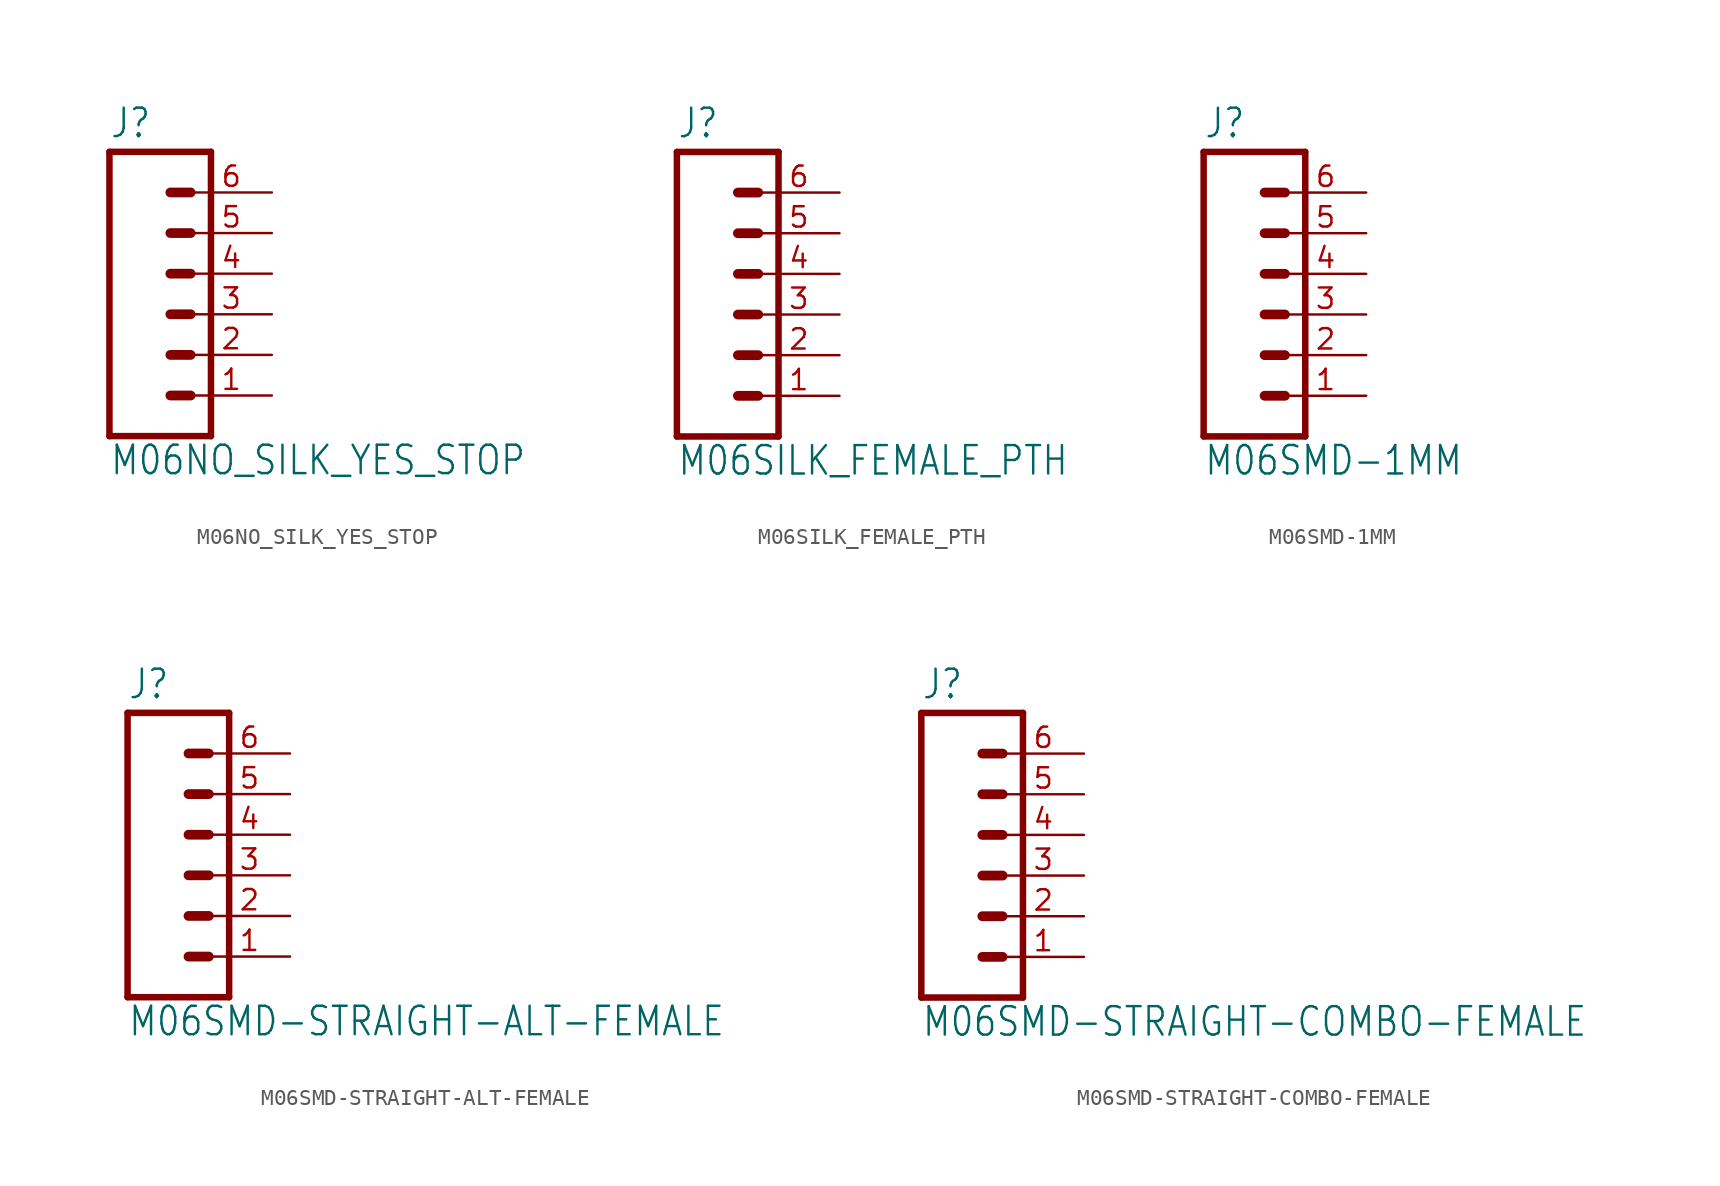
<source format=kicad_sym>
(kicad_symbol_lib
  (version 20220914)
  (generator kicad_symbol_editor)
  (symbol "M06NO_SILK_YES_STOP"
    (property "Reference" "J"
      (at -5.08 10.922 0)
      (effects (font (size 1.778 1.511)) (justify left bottom)))
    (property "Value" "M06NO_SILK_YES_STOP"
      (at -5.08 -10.16 0)
      (effects (font (size 1.778 1.511)) (justify left bottom)))
    (property "ki_locked" ""
      (at 0 0 0)
      (effects (font (size 1.27 1.27))))
    (symbol "M06NO_SILK_YES_STOP_1_0"
      (polyline (pts (xy -5.08 10.16) (xy -5.08 -7.62)) (stroke (width 0.406) (type default)) (fill (type none)))
      (polyline (pts (xy -5.08 10.16) (xy 1.27 10.16)) (stroke (width 0.406) (type default)) (fill (type none)))
      (polyline (pts (xy -1.27 -5.08) (xy 0 -5.08)) (stroke (width 0.61) (type default)) (fill (type none)))
      (polyline (pts (xy -1.27 -2.54) (xy 0 -2.54)) (stroke (width 0.61) (type default)) (fill (type none)))
      (polyline (pts (xy -1.27 0) (xy 0 0)) (stroke (width 0.61) (type default)) (fill (type none)))
      (polyline (pts (xy -1.27 2.54) (xy 0 2.54)) (stroke (width 0.61) (type default)) (fill (type none)))
      (polyline (pts (xy -1.27 5.08) (xy 0 5.08)) (stroke (width 0.61) (type default)) (fill (type none)))
      (polyline (pts (xy -1.27 7.62) (xy 0 7.62)) (stroke (width 0.61) (type default)) (fill (type none)))
      (polyline (pts (xy 1.27 -7.62) (xy -5.08 -7.62)) (stroke (width 0.406) (type default)) (fill (type none)))
      (polyline (pts (xy 1.27 -7.62) (xy 1.27 10.16)) (stroke (width 0.406) (type default)) (fill (type none)))
      (pin passive line (at 5.08 -5.08 180) (length 5.08) (name "1" (effects (font (size 0 0)))) (number "1" (effects (font (size 1.27 1.27)))))
      (pin passive line (at 5.08 -2.54 180) (length 5.08) (name "2" (effects (font (size 0 0)))) (number "2" (effects (font (size 1.27 1.27)))))
      (pin passive line (at 5.08 0 180) (length 5.08) (name "3" (effects (font (size 0 0)))) (number "3" (effects (font (size 1.27 1.27)))))
      (pin passive line (at 5.08 2.54 180) (length 5.08) (name "4" (effects (font (size 0 0)))) (number "4" (effects (font (size 1.27 1.27)))))
      (pin passive line (at 5.08 5.08 180) (length 5.08) (name "5" (effects (font (size 0 0)))) (number "5" (effects (font (size 1.27 1.27)))))
      (pin passive line (at 5.08 7.62 180) (length 5.08) (name "6" (effects (font (size 0 0)))) (number "6" (effects (font (size 1.27 1.27)))))))
  (symbol "M06SILK_FEMALE_PTH"
    (property "Reference" "J"
      (at -5.08 10.922 0)
      (effects (font (size 1.778 1.511)) (justify left bottom)))
    (property "Value" "M06SILK_FEMALE_PTH"
      (at -5.08 -10.16 0)
      (effects (font (size 1.778 1.511)) (justify left bottom)))
    (property "ki_locked" ""
      (at 0 0 0)
      (effects (font (size 1.27 1.27))))
    (symbol "M06SILK_FEMALE_PTH_1_0"
      (polyline (pts (xy -5.08 10.16) (xy -5.08 -7.62)) (stroke (width 0.406) (type default)) (fill (type none)))
      (polyline (pts (xy -5.08 10.16) (xy 1.27 10.16)) (stroke (width 0.406) (type default)) (fill (type none)))
      (polyline (pts (xy -1.27 -5.08) (xy 0 -5.08)) (stroke (width 0.61) (type default)) (fill (type none)))
      (polyline (pts (xy -1.27 -2.54) (xy 0 -2.54)) (stroke (width 0.61) (type default)) (fill (type none)))
      (polyline (pts (xy -1.27 0) (xy 0 0)) (stroke (width 0.61) (type default)) (fill (type none)))
      (polyline (pts (xy -1.27 2.54) (xy 0 2.54)) (stroke (width 0.61) (type default)) (fill (type none)))
      (polyline (pts (xy -1.27 5.08) (xy 0 5.08)) (stroke (width 0.61) (type default)) (fill (type none)))
      (polyline (pts (xy -1.27 7.62) (xy 0 7.62)) (stroke (width 0.61) (type default)) (fill (type none)))
      (polyline (pts (xy 1.27 -7.62) (xy -5.08 -7.62)) (stroke (width 0.406) (type default)) (fill (type none)))
      (polyline (pts (xy 1.27 -7.62) (xy 1.27 10.16)) (stroke (width 0.406) (type default)) (fill (type none)))
      (pin passive line (at 5.08 -5.08 180) (length 5.08) (name "1" (effects (font (size 0 0)))) (number "1" (effects (font (size 1.27 1.27)))))
      (pin passive line (at 5.08 -2.54 180) (length 5.08) (name "2" (effects (font (size 0 0)))) (number "2" (effects (font (size 1.27 1.27)))))
      (pin passive line (at 5.08 0 180) (length 5.08) (name "3" (effects (font (size 0 0)))) (number "3" (effects (font (size 1.27 1.27)))))
      (pin passive line (at 5.08 2.54 180) (length 5.08) (name "4" (effects (font (size 0 0)))) (number "4" (effects (font (size 1.27 1.27)))))
      (pin passive line (at 5.08 5.08 180) (length 5.08) (name "5" (effects (font (size 0 0)))) (number "5" (effects (font (size 1.27 1.27)))))
      (pin passive line (at 5.08 7.62 180) (length 5.08) (name "6" (effects (font (size 0 0)))) (number "6" (effects (font (size 1.27 1.27)))))))
  (symbol "M06SMD-1MM"
    (property "Reference" "J"
      (at -5.08 10.922 0)
      (effects (font (size 1.778 1.511)) (justify left bottom)))
    (property "Value" "M06SMD-1MM"
      (at -5.08 -10.16 0)
      (effects (font (size 1.778 1.511)) (justify left bottom)))
    (property "ki_locked" ""
      (at 0 0 0)
      (effects (font (size 1.27 1.27))))
    (symbol "M06SMD-1MM_1_0"
      (polyline (pts (xy -5.08 10.16) (xy -5.08 -7.62)) (stroke (width 0.406) (type default)) (fill (type none)))
      (polyline (pts (xy -5.08 10.16) (xy 1.27 10.16)) (stroke (width 0.406) (type default)) (fill (type none)))
      (polyline (pts (xy -1.27 -5.08) (xy 0 -5.08)) (stroke (width 0.61) (type default)) (fill (type none)))
      (polyline (pts (xy -1.27 -2.54) (xy 0 -2.54)) (stroke (width 0.61) (type default)) (fill (type none)))
      (polyline (pts (xy -1.27 0) (xy 0 0)) (stroke (width 0.61) (type default)) (fill (type none)))
      (polyline (pts (xy -1.27 2.54) (xy 0 2.54)) (stroke (width 0.61) (type default)) (fill (type none)))
      (polyline (pts (xy -1.27 5.08) (xy 0 5.08)) (stroke (width 0.61) (type default)) (fill (type none)))
      (polyline (pts (xy -1.27 7.62) (xy 0 7.62)) (stroke (width 0.61) (type default)) (fill (type none)))
      (polyline (pts (xy 1.27 -7.62) (xy -5.08 -7.62)) (stroke (width 0.406) (type default)) (fill (type none)))
      (polyline (pts (xy 1.27 -7.62) (xy 1.27 10.16)) (stroke (width 0.406) (type default)) (fill (type none)))
      (pin passive line (at 5.08 -5.08 180) (length 5.08) (name "1" (effects (font (size 0 0)))) (number "1" (effects (font (size 1.27 1.27)))))
      (pin passive line (at 5.08 -2.54 180) (length 5.08) (name "2" (effects (font (size 0 0)))) (number "2" (effects (font (size 1.27 1.27)))))
      (pin passive line (at 5.08 0 180) (length 5.08) (name "3" (effects (font (size 0 0)))) (number "3" (effects (font (size 1.27 1.27)))))
      (pin passive line (at 5.08 2.54 180) (length 5.08) (name "4" (effects (font (size 0 0)))) (number "4" (effects (font (size 1.27 1.27)))))
      (pin passive line (at 5.08 5.08 180) (length 5.08) (name "5" (effects (font (size 0 0)))) (number "5" (effects (font (size 1.27 1.27)))))
      (pin passive line (at 5.08 7.62 180) (length 5.08) (name "6" (effects (font (size 0 0)))) (number "6" (effects (font (size 1.27 1.27)))))))
  (symbol "M06SMD-STRAIGHT-ALT-FEMALE"
    (property "Reference" "J"
      (at -5.08 10.922 0)
      (effects (font (size 1.778 1.511)) (justify left bottom)))
    (property "Value" "M06SMD-STRAIGHT-ALT-FEMALE"
      (at -5.08 -10.16 0)
      (effects (font (size 1.778 1.511)) (justify left bottom)))
    (property "ki_locked" ""
      (at 0 0 0)
      (effects (font (size 1.27 1.27))))
    (symbol "M06SMD-STRAIGHT-ALT-FEMALE_1_0"
      (polyline (pts (xy -5.08 10.16) (xy -5.08 -7.62)) (stroke (width 0.406) (type default)) (fill (type none)))
      (polyline (pts (xy -5.08 10.16) (xy 1.27 10.16)) (stroke (width 0.406) (type default)) (fill (type none)))
      (polyline (pts (xy -1.27 -5.08) (xy 0 -5.08)) (stroke (width 0.61) (type default)) (fill (type none)))
      (polyline (pts (xy -1.27 -2.54) (xy 0 -2.54)) (stroke (width 0.61) (type default)) (fill (type none)))
      (polyline (pts (xy -1.27 0) (xy 0 0)) (stroke (width 0.61) (type default)) (fill (type none)))
      (polyline (pts (xy -1.27 2.54) (xy 0 2.54)) (stroke (width 0.61) (type default)) (fill (type none)))
      (polyline (pts (xy -1.27 5.08) (xy 0 5.08)) (stroke (width 0.61) (type default)) (fill (type none)))
      (polyline (pts (xy -1.27 7.62) (xy 0 7.62)) (stroke (width 0.61) (type default)) (fill (type none)))
      (polyline (pts (xy 1.27 -7.62) (xy -5.08 -7.62)) (stroke (width 0.406) (type default)) (fill (type none)))
      (polyline (pts (xy 1.27 -7.62) (xy 1.27 10.16)) (stroke (width 0.406) (type default)) (fill (type none)))
      (pin passive line (at 5.08 -5.08 180) (length 5.08) (name "1" (effects (font (size 0 0)))) (number "1" (effects (font (size 1.27 1.27)))))
      (pin passive line (at 5.08 -2.54 180) (length 5.08) (name "2" (effects (font (size 0 0)))) (number "2" (effects (font (size 1.27 1.27)))))
      (pin passive line (at 5.08 0 180) (length 5.08) (name "3" (effects (font (size 0 0)))) (number "3" (effects (font (size 1.27 1.27)))))
      (pin passive line (at 5.08 2.54 180) (length 5.08) (name "4" (effects (font (size 0 0)))) (number "4" (effects (font (size 1.27 1.27)))))
      (pin passive line (at 5.08 5.08 180) (length 5.08) (name "5" (effects (font (size 0 0)))) (number "5" (effects (font (size 1.27 1.27)))))
      (pin passive line (at 5.08 7.62 180) (length 5.08) (name "6" (effects (font (size 0 0)))) (number "6" (effects (font (size 1.27 1.27)))))))
  (symbol "M06SMD-STRAIGHT-COMBO-FEMALE"
    (property "Reference" "J"
      (at -5.08 10.922 0)
      (effects (font (size 1.778 1.511)) (justify left bottom)))
    (property "Value" "M06SMD-STRAIGHT-COMBO-FEMALE"
      (at -5.08 -10.16 0)
      (effects (font (size 1.778 1.511)) (justify left bottom)))
    (property "ki_locked" ""
      (at 0 0 0)
      (effects (font (size 1.27 1.27))))
    (symbol "M06SMD-STRAIGHT-COMBO-FEMALE_1_0"
      (polyline (pts (xy -5.08 10.16) (xy -5.08 -7.62)) (stroke (width 0.406) (type default)) (fill (type none)))
      (polyline (pts (xy -5.08 10.16) (xy 1.27 10.16)) (stroke (width 0.406) (type default)) (fill (type none)))
      (polyline (pts (xy -1.27 -5.08) (xy 0 -5.08)) (stroke (width 0.61) (type default)) (fill (type none)))
      (polyline (pts (xy -1.27 -2.54) (xy 0 -2.54)) (stroke (width 0.61) (type default)) (fill (type none)))
      (polyline (pts (xy -1.27 0) (xy 0 0)) (stroke (width 0.61) (type default)) (fill (type none)))
      (polyline (pts (xy -1.27 2.54) (xy 0 2.54)) (stroke (width 0.61) (type default)) (fill (type none)))
      (polyline (pts (xy -1.27 5.08) (xy 0 5.08)) (stroke (width 0.61) (type default)) (fill (type none)))
      (polyline (pts (xy -1.27 7.62) (xy 0 7.62)) (stroke (width 0.61) (type default)) (fill (type none)))
      (polyline (pts (xy 1.27 -7.62) (xy -5.08 -7.62)) (stroke (width 0.406) (type default)) (fill (type none)))
      (polyline (pts (xy 1.27 -7.62) (xy 1.27 10.16)) (stroke (width 0.406) (type default)) (fill (type none)))
      (pin passive line (at 5.08 -5.08 180) (length 5.08) (name "1" (effects (font (size 0 0)))) (number "1" (effects (font (size 1.27 1.27)))))
      (pin passive line (at 5.08 -2.54 180) (length 5.08) (name "2" (effects (font (size 0 0)))) (number "2" (effects (font (size 1.27 1.27)))))
      (pin passive line (at 5.08 0 180) (length 5.08) (name "3" (effects (font (size 0 0)))) (number "3" (effects (font (size 1.27 1.27)))))
      (pin passive line (at 5.08 2.54 180) (length 5.08) (name "4" (effects (font (size 0 0)))) (number "4" (effects (font (size 1.27 1.27)))))
      (pin passive line (at 5.08 5.08 180) (length 5.08) (name "5" (effects (font (size 0 0)))) (number "5" (effects (font (size 1.27 1.27)))))
      (pin passive line (at 5.08 7.62 180) (length 5.08) (name "6" (effects (font (size 0 0)))) (number "6" (effects (font (size 1.27 1.27))))))))
</source>
